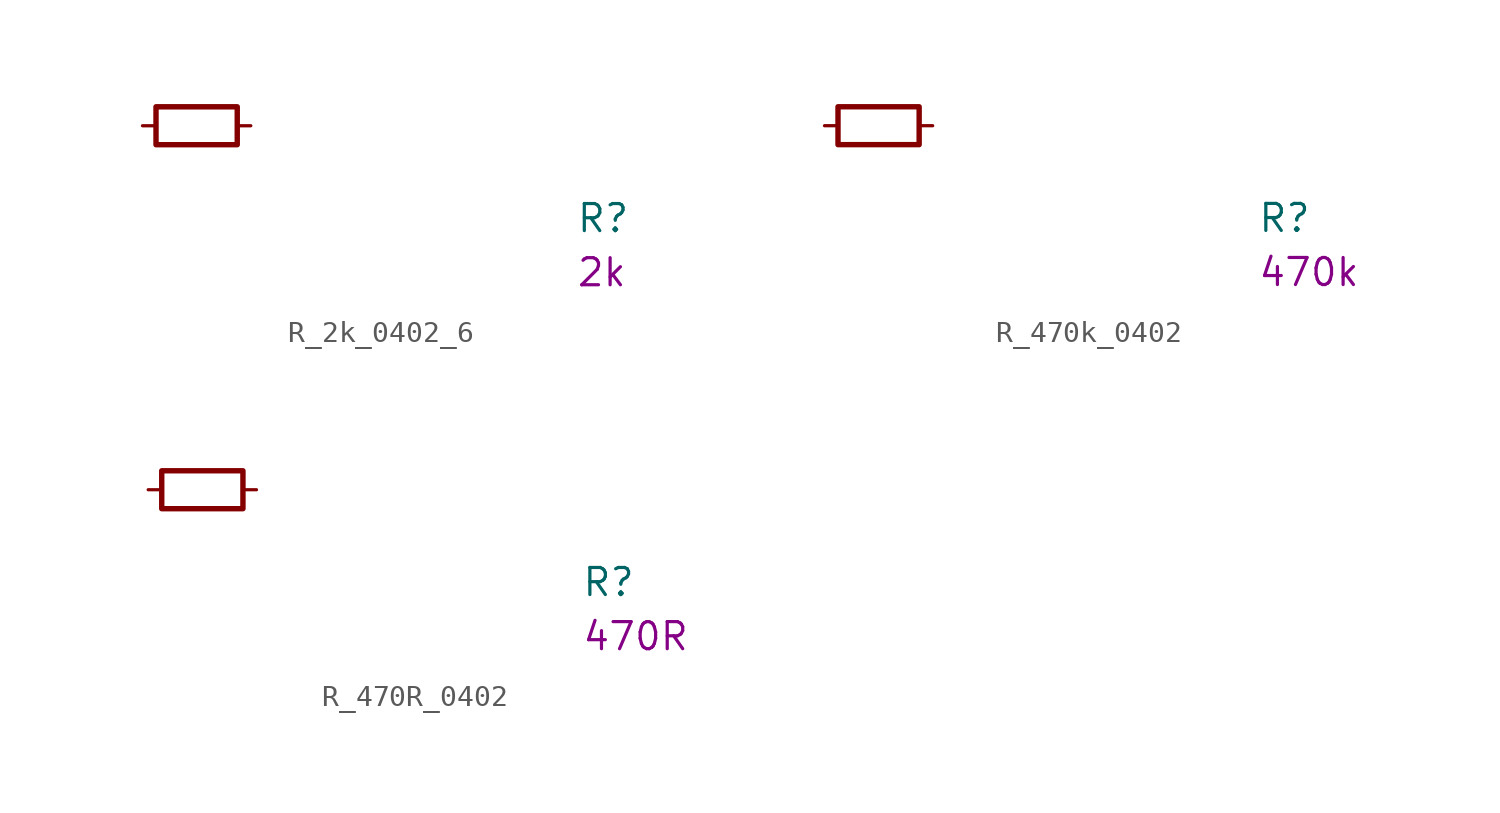
<source format=kicad_sym>
(kicad_symbol_lib
  (version 20231120)
  (generator "kicad_symbol_editor")
  (generator_version "8.0")
  (symbol "R_2k_0402_6"
    (pin_numbers hide)
    (pin_names hide)
    (property "Reference" "R"
      (at 20.32 -5.08 0)
      (effects (font (size 1.27 1.27) (thickness 0.15)) (justify left bottom)))
    (property "Val" "2k"
      (at 20.32 -7.62 0)
      (effects (font (size 1.27 1.27) (thickness 0.15)) (justify left bottom)))
    (symbol "R_2k_0402_6_0_1"
      (rectangle (start 0.635 0.889) (end 4.445 -0.889) (stroke (width 0.254) (type default)) (fill (type none))))
    (symbol "R_2k_0402_6_1_1"
      (pin passive line (at 0 0 0) (length 0.635) (name "~" (effects (font (size 1.27 1.27)))) (number "1" (effects (font (size 1.27 1.27)))))
      (pin passive line (at 5.08 0 180) (length 0.635) (name "~" (effects (font (size 1.27 1.27)))) (number "2" (effects (font (size 1.27 1.27)))))))
  (symbol "R_470k_0402"
    (pin_numbers hide)
    (pin_names hide)
    (property "Reference" "R"
      (at 20.32 -5.08 0)
      (effects (font (size 1.27 1.27) (thickness 0.15)) (justify left bottom)))
    (property "Val" "470k"
      (at 20.32 -7.62 0)
      (effects (font (size 1.27 1.27) (thickness 0.15)) (justify left bottom)))
    (symbol "R_470k_0402_0_1"
      (rectangle (start 0.635 0.889) (end 4.445 -0.889) (stroke (width 0.254) (type default)) (fill (type none))))
    (symbol "R_470k_0402_1_1"
      (pin passive line (at 0 0 0) (length 0.635) (name "~" (effects (font (size 1.27 1.27)))) (number "1" (effects (font (size 1.27 1.27)))))
      (pin passive line (at 5.08 0 180) (length 0.635) (name "~" (effects (font (size 1.27 1.27)))) (number "2" (effects (font (size 1.27 1.27)))))))
  (symbol "R_470R_0402"
    (pin_numbers hide)
    (pin_names hide)
    (property "Reference" "R"
      (at 20.32 -5.08 0)
      (effects (font (size 1.27 1.27) (thickness 0.15)) (justify left bottom)))
    (property "Val" "470R"
      (at 20.32 -7.62 0)
      (effects (font (size 1.27 1.27) (thickness 0.15)) (justify left bottom)))
    (symbol "R_470R_0402_0_1"
      (rectangle (start 0.635 0.889) (end 4.445 -0.889) (stroke (width 0.254) (type default)) (fill (type none))))
    (symbol "R_470R_0402_1_1"
      (pin passive line (at 0 0 0) (length 0.635) (name "~" (effects (font (size 1.27 1.27)))) (number "1" (effects (font (size 1.27 1.27)))))
      (pin passive line (at 5.08 0 180) (length 0.635) (name "~" (effects (font (size 1.27 1.27)))) (number "2" (effects (font (size 1.27 1.27))))))))
</source>
